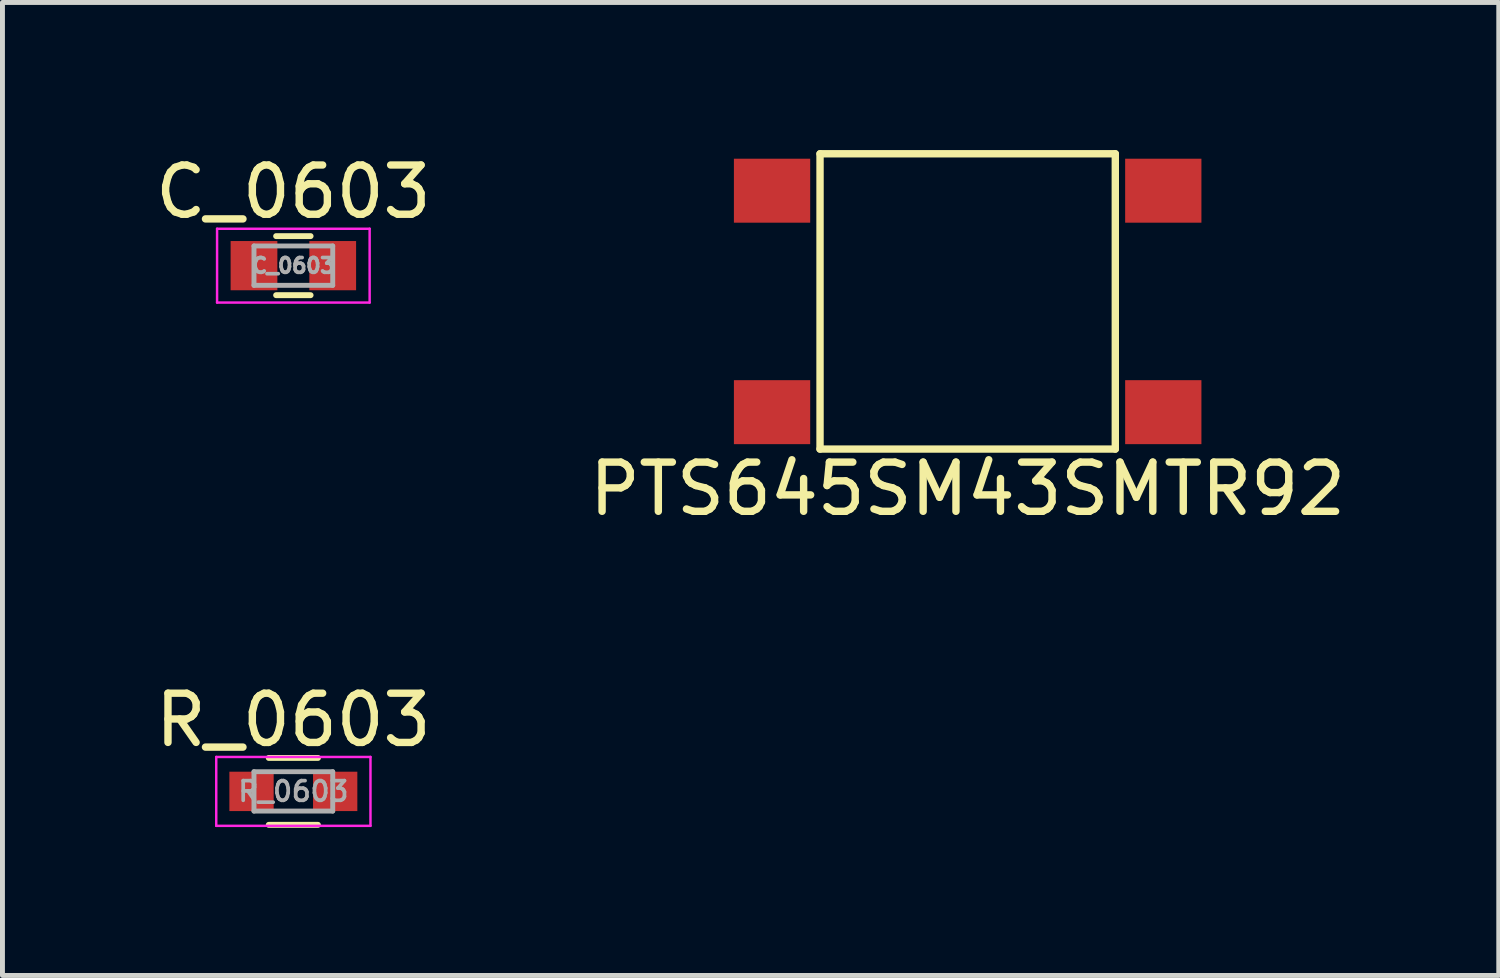
<source format=kicad_pcb>
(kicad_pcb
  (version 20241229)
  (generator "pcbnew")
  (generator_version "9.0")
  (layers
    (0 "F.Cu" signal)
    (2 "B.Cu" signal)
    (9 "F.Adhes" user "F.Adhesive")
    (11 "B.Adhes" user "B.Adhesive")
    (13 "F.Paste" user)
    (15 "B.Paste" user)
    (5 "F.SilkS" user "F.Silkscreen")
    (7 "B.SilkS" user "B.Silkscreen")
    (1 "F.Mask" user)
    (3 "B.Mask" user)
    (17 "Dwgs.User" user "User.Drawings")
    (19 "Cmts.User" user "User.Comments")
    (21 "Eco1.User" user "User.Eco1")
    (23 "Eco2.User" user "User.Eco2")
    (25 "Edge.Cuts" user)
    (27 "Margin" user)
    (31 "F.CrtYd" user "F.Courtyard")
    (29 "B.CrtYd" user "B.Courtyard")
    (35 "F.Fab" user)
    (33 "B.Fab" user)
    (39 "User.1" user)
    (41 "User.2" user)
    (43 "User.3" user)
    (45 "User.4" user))
  (footprint "C_0603"
    (layer "F.Cu")
    (at 2.911 2.348)
    (property "Reference" "C_0603" (at 0 -1.5 0) (layer "F.SilkS") (effects (font (size 1 1) (thickness 0.15))))
    (attr smd)
    (fp_line (start -0.35 -0.6) (end 0.35 -0.6) (stroke (width 0.12) (type solid)) (layer "F.SilkS"))
    (fp_line (start 0.35 0.6) (end -0.35 0.6) (stroke (width 0.12) (type solid)) (layer "F.SilkS"))
    (fp_line (start -1.55 -0.75) (end -1.55 0.75) (stroke (width 0.05) (type solid)) (layer "F.CrtYd"))
    (fp_line (start -1.55 -0.75) (end 1.55 -0.75) (stroke (width 0.05) (type solid)) (layer "F.CrtYd"))
    (fp_line (start 1.55 0.75) (end -1.55 0.75) (stroke (width 0.05) (type solid)) (layer "F.CrtYd"))
    (fp_line (start 1.55 0.75) (end 1.55 -0.75) (stroke (width 0.05) (type solid)) (layer "F.CrtYd"))
    (fp_line (start -0.8 -0.4) (end 0.8 -0.4) (stroke (width 0.1) (type solid)) (layer "F.Fab"))
    (fp_line (start -0.8 0.4) (end -0.8 -0.4) (stroke (width 0.1) (type solid)) (layer "F.Fab"))
    (fp_line (start 0.8 -0.4) (end 0.8 0.4) (stroke (width 0.1) (type solid)) (layer "F.Fab"))
    (fp_line (start 0.8 0.4) (end -0.8 0.4) (stroke (width 0.1) (type solid)) (layer "F.Fab"))
    (fp_text user "${REFERENCE}" (at 0 0 0) (layer "F.Fab") (effects (font (size 0.3 0.3) (thickness 0.075))))
    (pad "1" smd rect (at -0.8 0) (size 0.95 1) (layers "F.Cu" "F.Mask" "F.Paste"))
    (pad "2" smd rect (at 0.8 0) (size 0.95 1) (layers "F.Cu" "F.Mask" "F.Paste")))
  (footprint "PTS645SM43SMTR92"
    (layer "F.Cu")
    (at 16.613 3.075)
    (property "Reference" "PTS645SM43SMTR92" (at 0 3.81 0) (layer "F.SilkS") (effects (font (size 1 1) (thickness 0.15))))
    (attr through_hole)
    (fp_line (start -3 -3) (end -3 3) (stroke (width 0.15) (type solid)) (layer "F.SilkS"))
    (fp_line (start -3 -3) (end 3 -3) (stroke (width 0.15) (type solid)) (layer "F.SilkS"))
    (fp_line (start -3 3) (end 3 3) (stroke (width 0.15) (type solid)) (layer "F.SilkS"))
    (fp_line (start 3 -3) (end 3 3) (stroke (width 0.15) (type solid)) (layer "F.SilkS"))
    (pad "1" smd rect (at -3.975 -2.25) (size 1.55 1.3) (layers "F.Cu" "F.Mask" "F.Paste"))
    (pad "2" smd rect (at 3.975 -2.25) (size 1.55 1.3) (layers "F.Cu" "F.Mask" "F.Paste"))
    (pad "3" smd rect (at -3.975 2.25) (size 1.55 1.3) (layers "F.Cu" "F.Mask" "F.Paste"))
    (pad "4" smd rect (at 3.975 2.25) (size 1.55 1.3) (layers "F.Cu" "F.Mask" "F.Paste")))
  (footprint "R_0603"
    (layer "F.Cu")
    (at 2.911 13.031)
    (property "Reference" "R_0603" (at 0 -1.45 0) (layer "F.SilkS") (effects (font (size 1 1) (thickness 0.15))))
    (attr smd)
    (fp_line (start -0.5 -0.68) (end 0.5 -0.68) (stroke (width 0.12) (type solid)) (layer "F.SilkS"))
    (fp_line (start 0.5 0.68) (end -0.5 0.68) (stroke (width 0.12) (type solid)) (layer "F.SilkS"))
    (fp_line (start -1.567 -0.7) (end -1.567 0.7) (stroke (width 0.05) (type solid)) (layer "F.CrtYd"))
    (fp_line (start -1.567 -0.7) (end 1.567 -0.7) (stroke (width 0.05) (type solid)) (layer "F.CrtYd"))
    (fp_line (start 1.567 0.7) (end -1.567 0.7) (stroke (width 0.05) (type solid)) (layer "F.CrtYd"))
    (fp_line (start 1.567 0.7) (end 1.567 -0.7) (stroke (width 0.05) (type solid)) (layer "F.CrtYd"))
    (fp_line (start -0.8 -0.4) (end 0.8 -0.4) (stroke (width 0.1) (type solid)) (layer "F.Fab"))
    (fp_line (start -0.8 0.4) (end -0.8 -0.4) (stroke (width 0.1) (type solid)) (layer "F.Fab"))
    (fp_line (start 0.8 -0.4) (end 0.8 0.4) (stroke (width 0.1) (type solid)) (layer "F.Fab"))
    (fp_line (start 0.8 0.4) (end -0.8 0.4) (stroke (width 0.1) (type solid)) (layer "F.Fab"))
    (fp_text user "${REFERENCE}" (at 0 0 0) (layer "F.Fab") (effects (font (size 0.4 0.4) (thickness 0.075))))
    (pad "1" smd rect (at -0.85 0) (size 0.9 0.8) (layers "F.Cu" "F.Mask" "F.Paste"))
    (pad "2" smd rect (at 0.85 0) (size 0.9 0.8) (layers "F.Cu" "F.Mask" "F.Paste")))
  (gr_rect
    (start -3 -3)
    (end 27.405 16.771)
    (stroke (width 0.1) (type default))
    (fill no)
    (layer "Edge.Cuts")))
</source>
